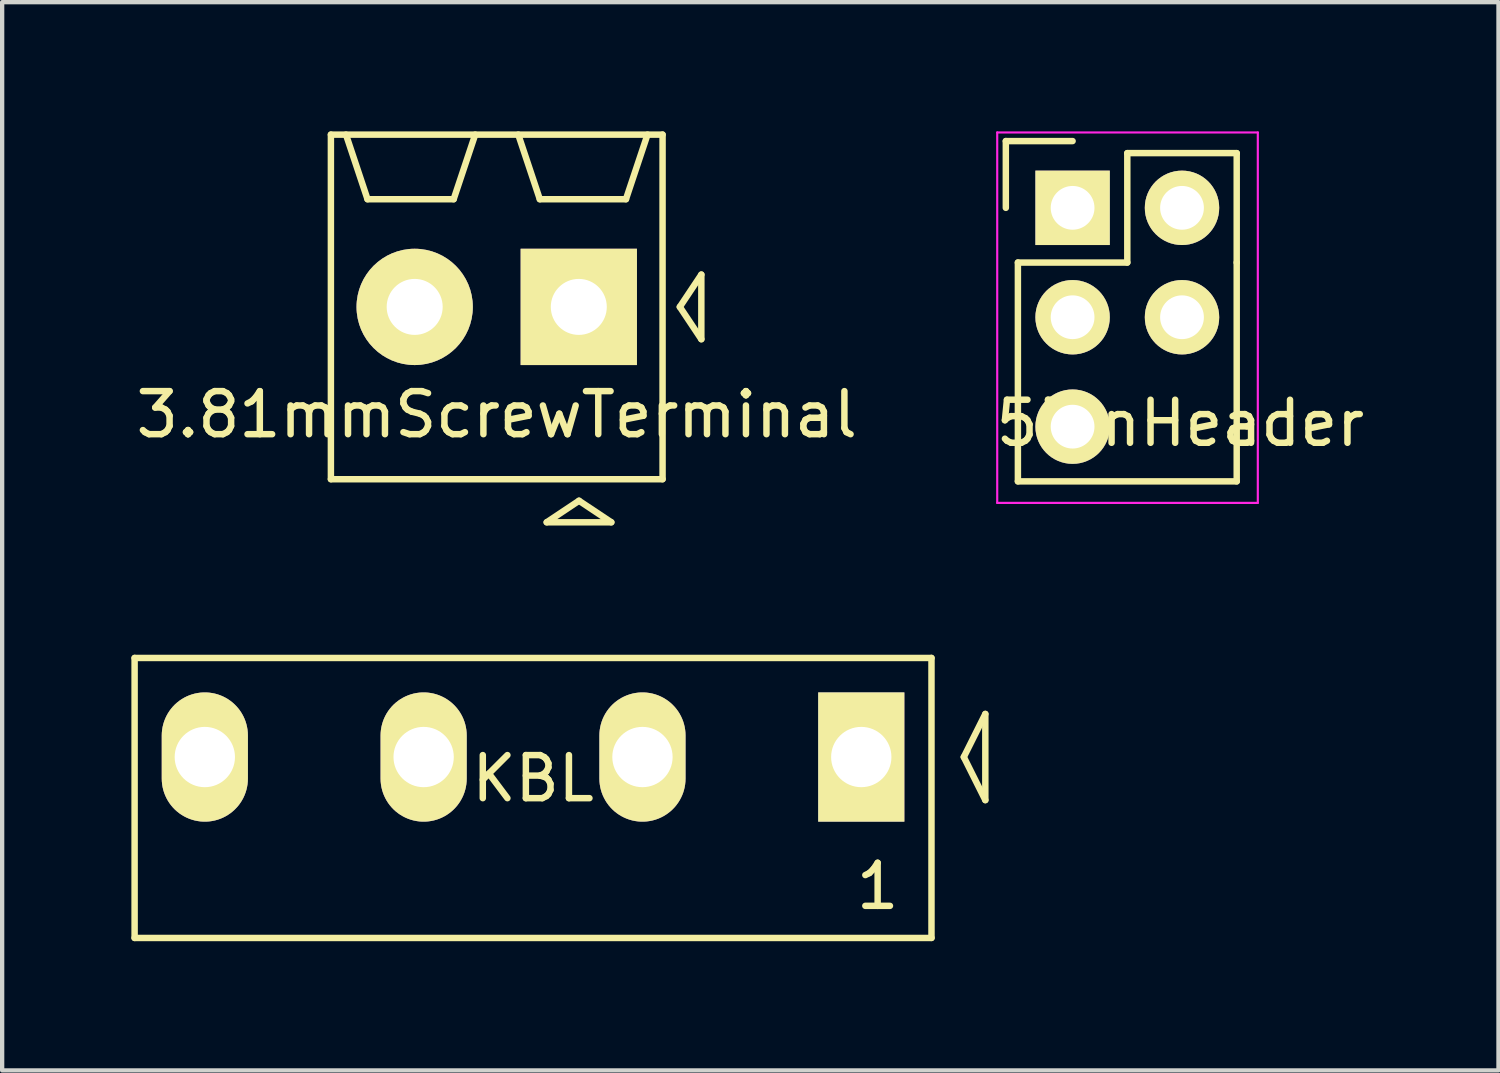
<source format=kicad_pcb>
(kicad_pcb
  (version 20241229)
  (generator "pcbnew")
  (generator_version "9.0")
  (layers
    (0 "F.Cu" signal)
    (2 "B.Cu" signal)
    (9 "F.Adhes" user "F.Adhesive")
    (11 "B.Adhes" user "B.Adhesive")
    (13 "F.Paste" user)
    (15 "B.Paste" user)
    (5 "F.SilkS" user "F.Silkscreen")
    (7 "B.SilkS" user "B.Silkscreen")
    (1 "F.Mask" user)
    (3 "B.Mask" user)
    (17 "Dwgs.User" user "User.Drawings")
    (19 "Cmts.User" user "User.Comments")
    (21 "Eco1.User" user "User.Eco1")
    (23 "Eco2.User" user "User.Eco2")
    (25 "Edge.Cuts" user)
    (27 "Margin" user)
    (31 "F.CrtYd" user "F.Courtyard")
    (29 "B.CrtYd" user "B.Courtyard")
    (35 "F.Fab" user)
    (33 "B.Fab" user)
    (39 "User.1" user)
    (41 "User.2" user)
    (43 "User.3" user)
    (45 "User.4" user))
  (footprint "3.81mmScrewTerminal"
    (layer "F.Cu")
    (at 8.482 4.075)
    (property "Reference" "3.81mmScrewTerminal" (at 0 2.5 0) (layer "F.SilkS") (effects (font (size 1 1) (thickness 0.15))))
    (attr through_hole)
    (fp_line (start -3.85 -4) (end -3.85 4) (stroke (width 0.15) (type solid)) (layer "F.SilkS"))
    (fp_line (start -3.85 -4) (end 3.85 -4) (stroke (width 0.15) (type solid)) (layer "F.SilkS"))
    (fp_line (start -3.85 4) (end 3.85 4) (stroke (width 0.15) (type solid)) (layer "F.SilkS"))
    (fp_line (start -3 -2.5) (end -3.5 -4) (stroke (width 0.15) (type solid)) (layer "F.SilkS"))
    (fp_line (start -1 -2.5) (end -3 -2.5) (stroke (width 0.15) (type solid)) (layer "F.SilkS"))
    (fp_line (start -0.5 -4) (end -1 -2.5) (stroke (width 0.15) (type solid)) (layer "F.SilkS"))
    (fp_line (start 1 -2.5) (end 0.5 -4) (stroke (width 0.15) (type solid)) (layer "F.SilkS"))
    (fp_line (start 1.16 5) (end 2.66 5) (stroke (width 0.15) (type solid)) (layer "F.SilkS"))
    (fp_line (start 1.91 4.5) (end 1.16 5) (stroke (width 0.15) (type solid)) (layer "F.SilkS"))
    (fp_line (start 2.66 5) (end 1.91 4.5) (stroke (width 0.15) (type solid)) (layer "F.SilkS"))
    (fp_line (start 3 -2.5) (end 1 -2.5) (stroke (width 0.15) (type solid)) (layer "F.SilkS"))
    (fp_line (start 3.5 -4) (end 3 -2.5) (stroke (width 0.15) (type solid)) (layer "F.SilkS"))
    (fp_line (start 3.85 4) (end 3.85 -4) (stroke (width 0.15) (type solid)) (layer "F.SilkS"))
    (fp_line (start 4.25 0) (end 4.75 -0.75) (stroke (width 0.15) (type solid)) (layer "F.SilkS"))
    (fp_line (start 4.75 -0.75) (end 4.75 0.75) (stroke (width 0.15) (type solid)) (layer "F.SilkS"))
    (fp_line (start 4.75 0.75) (end 4.25 0) (stroke (width 0.15) (type solid)) (layer "F.SilkS"))
    (pad "1" thru_hole rect (at 1.905 0) (size 2.7 2.7) (drill 1.3) (layers "*.Cu" "*.Mask" "F.SilkS"))
    (pad "2" thru_hole circle (at -1.905 0) (size 2.7 2.7) (drill 1.3) (layers "*.Cu" "*.Mask" "F.SilkS")))
  (footprint "KBL"
    (layer "F.Cu")
    (at 9.325 14.525)
    (property "Reference" "KBL" (at 0 0.5 0) (layer "F.SilkS") (effects (font (size 1 1) (thickness 0.15))))
    (attr through_hole)
    (fp_line (start -9.25 -2.3) (end -9.25 4.2) (stroke (width 0.15) (type solid)) (layer "F.SilkS"))
    (fp_line (start -9.25 -2.3) (end 9.25 -2.3) (stroke (width 0.15) (type solid)) (layer "F.SilkS"))
    (fp_line (start -9.25 4.2) (end 9.25 4.2) (stroke (width 0.15) (type solid)) (layer "F.SilkS"))
    (fp_line (start 9.25 -2.3) (end 9.25 4.2) (stroke (width 0.15) (type solid)) (layer "F.SilkS"))
    (fp_line (start 10 0) (end 10.5 -1) (stroke (width 0.15) (type solid)) (layer "F.SilkS"))
    (fp_line (start 10.5 -1) (end 10.5 1) (stroke (width 0.15) (type solid)) (layer "F.SilkS"))
    (fp_line (start 10.5 1) (end 10 0) (stroke (width 0.15) (type solid)) (layer "F.SilkS"))
    (fp_text user "1" (at 8 3 0) (layer "F.SilkS") (effects (font (size 1 1) (thickness 0.15))))
    (pad "1" thru_hole oval (at -7.62 0) (size 2 3) (drill 1.4) (layers "*.Cu" "*.Mask" "F.SilkS"))
    (pad "2" thru_hole oval (at 2.54 0) (size 2 3) (drill 1.4) (layers "*.Cu" "*.Mask" "F.SilkS"))
    (pad "3" thru_hole rect (at 7.62 0) (size 2 3) (drill 1.4) (layers "*.Cu" "*.Mask" "F.SilkS"))
    (pad "4" thru_hole oval (at -2.54 0) (size 2 3) (drill 1.4) (layers "*.Cu" "*.Mask" "F.SilkS")))
  (footprint "5PinHeader"
    (layer "F.Cu")
    (at 21.851 1.775)
    (property "Reference" "5PinHeader" (at 2.5 5 180) (layer "F.SilkS") (effects (font (size 1 1) (thickness 0.15))))
    (attr through_hole)
    (fp_line (start -1.55 -1.55) (end -1.55 0) (stroke (width 0.15) (type solid)) (layer "F.SilkS"))
    (fp_line (start -1.55 -1.55) (end 0 -1.55) (stroke (width 0.15) (type solid)) (layer "F.SilkS"))
    (fp_line (start -1.27 1.27) (end -1.27 6.35) (stroke (width 0.15) (type solid)) (layer "F.SilkS"))
    (fp_line (start -1.27 6.35) (end 3.81 6.35) (stroke (width 0.15) (type solid)) (layer "F.SilkS"))
    (fp_line (start 1.27 -1.27) (end 1.27 1.27) (stroke (width 0.15) (type solid)) (layer "F.SilkS"))
    (fp_line (start 1.27 1.27) (end -1.27 1.27) (stroke (width 0.15) (type solid)) (layer "F.SilkS"))
    (fp_line (start 3.81 -1.27) (end 1.27 -1.27) (stroke (width 0.15) (type solid)) (layer "F.SilkS"))
    (fp_line (start 3.81 1.27) (end 3.81 -1.27) (stroke (width 0.15) (type solid)) (layer "F.SilkS"))
    (fp_line (start 3.81 6.35) (end 3.81 1.27) (stroke (width 0.15) (type solid)) (layer "F.SilkS"))
    (fp_line (start -1.75 -1.75) (end -1.75 6.85) (stroke (width 0.05) (type solid)) (layer "F.CrtYd"))
    (fp_line (start -1.75 -1.75) (end 4.3 -1.75) (stroke (width 0.05) (type solid)) (layer "F.CrtYd"))
    (fp_line (start -1.75 6.85) (end 4.3 6.85) (stroke (width 0.05) (type solid)) (layer "F.CrtYd"))
    (fp_line (start 4.3 -1.75) (end 4.3 6.85) (stroke (width 0.05) (type solid)) (layer "F.CrtYd"))
    (pad "1" thru_hole rect (at 0 0) (size 1.727 1.727) (drill 1.016) (layers "*.Cu" "*.Mask" "F.SilkS"))
    (pad "2" thru_hole oval (at 2.54 0) (size 1.727 1.727) (drill 1.016) (layers "*.Cu" "*.Mask" "F.SilkS"))
    (pad "3" thru_hole oval (at 0 2.54) (size 1.727 1.727) (drill 1.016) (layers "*.Cu" "*.Mask" "F.SilkS"))
    (pad "4" thru_hole oval (at 2.54 2.54) (size 1.727 1.727) (drill 1.016) (layers "*.Cu" "*.Mask" "F.SilkS"))
    (pad "5" thru_hole oval (at 0 5.08) (size 1.727 1.727) (drill 1.016) (layers "*.Cu" "*.Mask" "F.SilkS")))
  (gr_rect
    (start -3 -3)
    (end 31.738 21.8)
    (stroke (width 0.1) (type default))
    (fill no)
    (layer "Edge.Cuts")))
</source>
